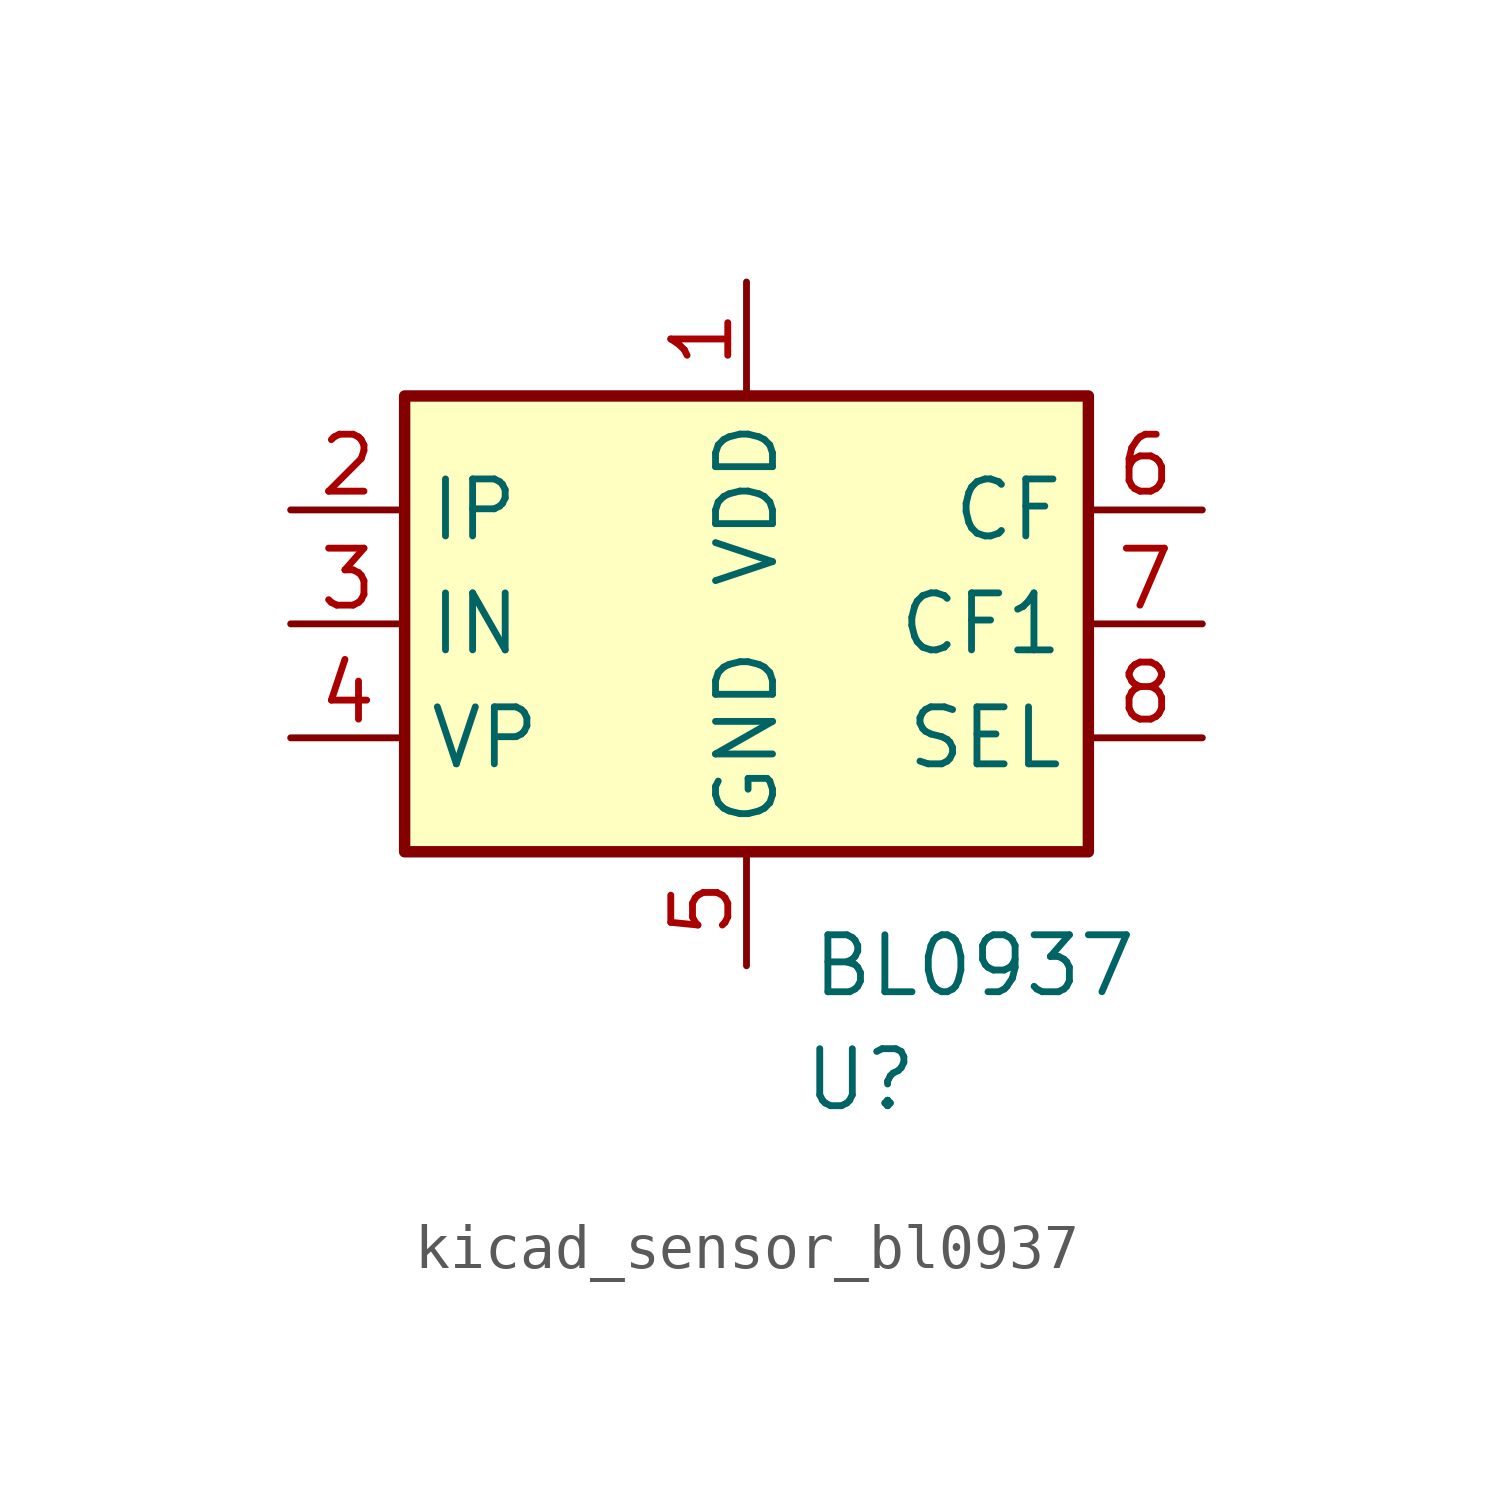
<source format=kicad_sym>
(kicad_symbol_lib
  (version 20220914)
  (generator kicad_symbol_editor)
  (symbol "kicad_sensor_bl0937"
    (property "Reference" "U"
      (at 2.54 -10.16 0)
      (effects (font (size 1.27 1.27))))
    (property "Value" "BL0937"
      (at 5.08 -7.62 0)
      (effects (font (size 1.27 1.27))))
    (symbol "kicad_sensor_bl0937_0_1"
      (rectangle (start -7.62 5.08) (end 7.62 -5.08) (stroke (width 0.254) (type default)) (fill (type background))))
    (symbol "kicad_sensor_bl0937_1_1"
      (pin power_in line (at 0 7.62 270) (length 2.54) (name "VDD" (effects (font (size 1.27 1.27)))) (number "1" (effects (font (size 1.27 1.27)))))
      (pin input line (at -10.16 2.54 0) (length 2.54) (name "IP" (effects (font (size 1.27 1.27)))) (number "2" (effects (font (size 1.27 1.27)))))
      (pin input line (at -10.16 0 0) (length 2.54) (name "IN" (effects (font (size 1.27 1.27)))) (number "3" (effects (font (size 1.27 1.27)))))
      (pin input line (at -10.16 -2.54 0) (length 2.54) (name "VP" (effects (font (size 1.27 1.27)))) (number "4" (effects (font (size 1.27 1.27)))))
      (pin power_in line (at 0 -7.62 90) (length 2.54) (name "GND" (effects (font (size 1.27 1.27)))) (number "5" (effects (font (size 1.27 1.27)))))
      (pin output line (at 10.16 2.54 180) (length 2.54) (name "CF" (effects (font (size 1.27 1.27)))) (number "6" (effects (font (size 1.27 1.27)))))
      (pin output line (at 10.16 0 180) (length 2.54) (name "CF1" (effects (font (size 1.27 1.27)))) (number "7" (effects (font (size 1.27 1.27)))))
      (pin input line (at 10.16 -2.54 180) (length 2.54) (name "SEL" (effects (font (size 1.27 1.27)))) (number "8" (effects (font (size 1.27 1.27))))))))
</source>
